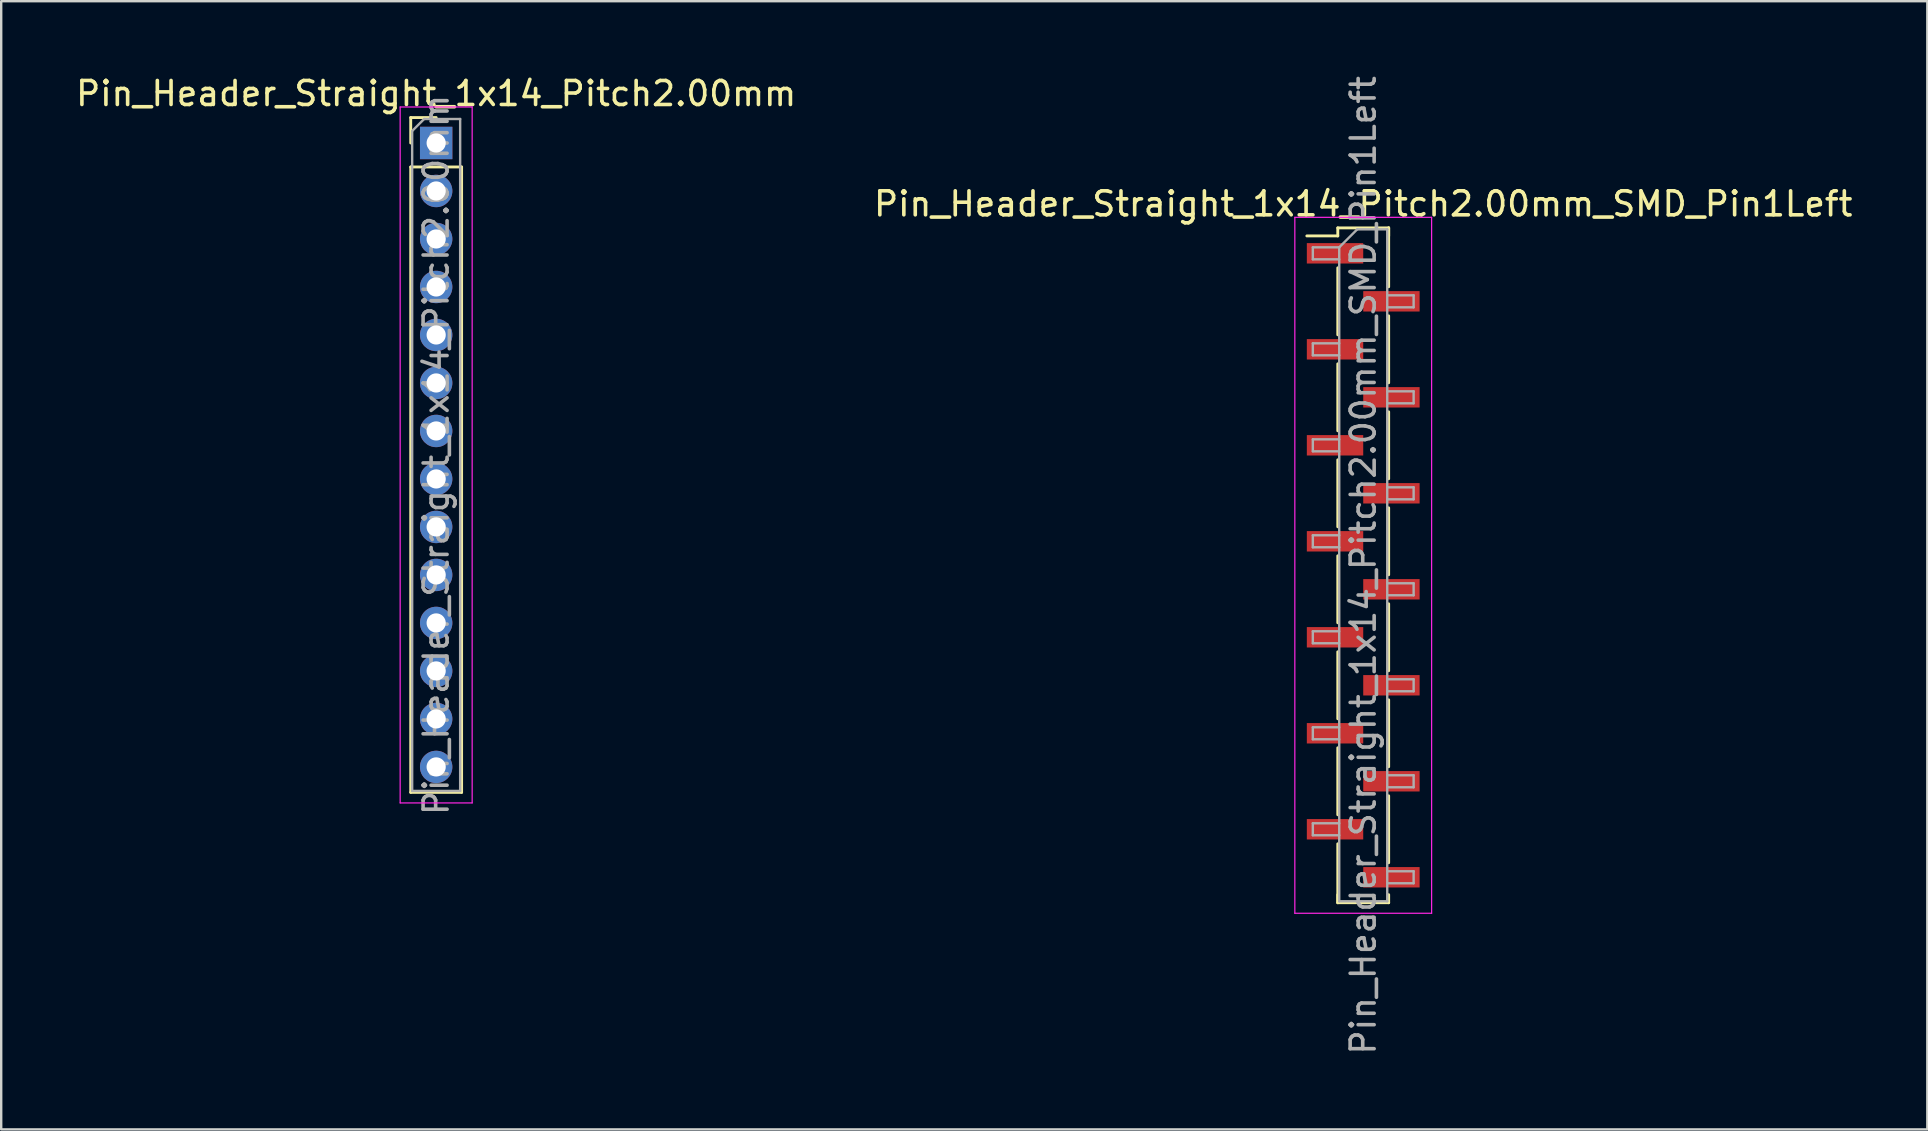
<source format=kicad_pcb>
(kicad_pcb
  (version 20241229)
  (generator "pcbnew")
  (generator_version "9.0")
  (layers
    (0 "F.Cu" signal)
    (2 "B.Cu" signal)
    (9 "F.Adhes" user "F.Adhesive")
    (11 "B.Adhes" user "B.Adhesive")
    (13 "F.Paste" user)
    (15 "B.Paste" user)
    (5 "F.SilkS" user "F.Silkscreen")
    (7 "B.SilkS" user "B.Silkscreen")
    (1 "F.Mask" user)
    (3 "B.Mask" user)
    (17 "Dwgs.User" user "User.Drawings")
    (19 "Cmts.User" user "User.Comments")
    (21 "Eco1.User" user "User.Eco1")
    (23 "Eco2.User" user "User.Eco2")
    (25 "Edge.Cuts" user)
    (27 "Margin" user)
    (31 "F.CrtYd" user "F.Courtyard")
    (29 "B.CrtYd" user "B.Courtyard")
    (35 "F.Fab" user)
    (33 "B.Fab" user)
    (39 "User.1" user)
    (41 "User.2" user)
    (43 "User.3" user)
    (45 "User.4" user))
  (footprint "Pin_Header_Straight_1x14_Pitch2.00mm_SMD_Pin1Left"
    (layer "F.Cu")
    (at 53.756 20.506)
    (property "Reference" "Pin_Header_Straight_1x14_Pitch2.00mm_SMD_Pin1Left" (at 0 -15.06 0) (layer "F.SilkS") (effects (font (size 1 1) (thickness 0.15))))
    (attr smd)
    (fp_line (start -1.06 -14.06) (end 1.06 -14.06) (stroke (width 0.12) (type solid)) (layer "F.SilkS"))
    (fp_line (start -1.06 -13.725) (end -2.35 -13.725) (stroke (width 0.12) (type solid)) (layer "F.SilkS"))
    (fp_line (start -1.06 -13.725) (end -1.06 -14.06) (stroke (width 0.12) (type solid)) (layer "F.SilkS"))
    (fp_line (start -1.06 -12.395) (end -1.06 -9.605) (stroke (width 0.12) (type solid)) (layer "F.SilkS"))
    (fp_line (start -1.06 -8.395) (end -1.06 -5.605) (stroke (width 0.12) (type solid)) (layer "F.SilkS"))
    (fp_line (start -1.06 -4.395) (end -1.06 -1.605) (stroke (width 0.12) (type solid)) (layer "F.SilkS"))
    (fp_line (start -1.06 -0.395) (end -1.06 2.395) (stroke (width 0.12) (type solid)) (layer "F.SilkS"))
    (fp_line (start -1.06 3.605) (end -1.06 6.395) (stroke (width 0.12) (type solid)) (layer "F.SilkS"))
    (fp_line (start -1.06 7.605) (end -1.06 10.395) (stroke (width 0.12) (type solid)) (layer "F.SilkS"))
    (fp_line (start -1.06 11.605) (end -1.06 14.06) (stroke (width 0.12) (type solid)) (layer "F.SilkS"))
    (fp_line (start -1.06 13.725) (end -1.06 14.06) (stroke (width 0.12) (type solid)) (layer "F.SilkS"))
    (fp_line (start -1.06 14.06) (end 1.06 14.06) (stroke (width 0.12) (type solid)) (layer "F.SilkS"))
    (fp_line (start 1.06 -14.06) (end 1.06 -13.725) (stroke (width 0.12) (type solid)) (layer "F.SilkS"))
    (fp_line (start 1.06 -14.06) (end 1.06 -11.605) (stroke (width 0.12) (type solid)) (layer "F.SilkS"))
    (fp_line (start 1.06 -10.395) (end 1.06 -7.605) (stroke (width 0.12) (type solid)) (layer "F.SilkS"))
    (fp_line (start 1.06 -6.395) (end 1.06 -3.605) (stroke (width 0.12) (type solid)) (layer "F.SilkS"))
    (fp_line (start 1.06 -2.395) (end 1.06 0.395) (stroke (width 0.12) (type solid)) (layer "F.SilkS"))
    (fp_line (start 1.06 1.605) (end 1.06 4.395) (stroke (width 0.12) (type solid)) (layer "F.SilkS"))
    (fp_line (start 1.06 5.605) (end 1.06 8.395) (stroke (width 0.12) (type solid)) (layer "F.SilkS"))
    (fp_line (start 1.06 9.605) (end 1.06 12.395) (stroke (width 0.12) (type solid)) (layer "F.SilkS"))
    (fp_line (start 1.06 14.06) (end 1.06 13.725) (stroke (width 0.12) (type solid)) (layer "F.SilkS"))
    (fp_line (start -2.85 -14.5) (end -2.85 14.5) (stroke (width 0.05) (type solid)) (layer "F.CrtYd"))
    (fp_line (start -2.85 14.5) (end 2.85 14.5) (stroke (width 0.05) (type solid)) (layer "F.CrtYd"))
    (fp_line (start 2.85 -14.5) (end -2.85 -14.5) (stroke (width 0.05) (type solid)) (layer "F.CrtYd"))
    (fp_line (start 2.85 14.5) (end 2.85 -14.5) (stroke (width 0.05) (type solid)) (layer "F.CrtYd"))
    (fp_line (start -2.1 -13.25) (end -2.1 -12.75) (stroke (width 0.1) (type solid)) (layer "F.Fab"))
    (fp_line (start -2.1 -12.75) (end -1 -12.75) (stroke (width 0.1) (type solid)) (layer "F.Fab"))
    (fp_line (start -2.1 -9.25) (end -2.1 -8.75) (stroke (width 0.1) (type solid)) (layer "F.Fab"))
    (fp_line (start -2.1 -8.75) (end -1 -8.75) (stroke (width 0.1) (type solid)) (layer "F.Fab"))
    (fp_line (start -2.1 -5.25) (end -2.1 -4.75) (stroke (width 0.1) (type solid)) (layer "F.Fab"))
    (fp_line (start -2.1 -4.75) (end -1 -4.75) (stroke (width 0.1) (type solid)) (layer "F.Fab"))
    (fp_line (start -2.1 -1.25) (end -2.1 -0.75) (stroke (width 0.1) (type solid)) (layer "F.Fab"))
    (fp_line (start -2.1 -0.75) (end -1 -0.75) (stroke (width 0.1) (type solid)) (layer "F.Fab"))
    (fp_line (start -2.1 2.75) (end -2.1 3.25) (stroke (width 0.1) (type solid)) (layer "F.Fab"))
    (fp_line (start -2.1 3.25) (end -1 3.25) (stroke (width 0.1) (type solid)) (layer "F.Fab"))
    (fp_line (start -2.1 6.75) (end -2.1 7.25) (stroke (width 0.1) (type solid)) (layer "F.Fab"))
    (fp_line (start -2.1 7.25) (end -1 7.25) (stroke (width 0.1) (type solid)) (layer "F.Fab"))
    (fp_line (start -2.1 10.75) (end -2.1 11.25) (stroke (width 0.1) (type solid)) (layer "F.Fab"))
    (fp_line (start -2.1 11.25) (end -1 11.25) (stroke (width 0.1) (type solid)) (layer "F.Fab"))
    (fp_line (start -1 -13.25) (end -2.1 -13.25) (stroke (width 0.1) (type solid)) (layer "F.Fab"))
    (fp_line (start -1 -13.25) (end -0.25 -14) (stroke (width 0.1) (type solid)) (layer "F.Fab"))
    (fp_line (start -1 -9.25) (end -2.1 -9.25) (stroke (width 0.1) (type solid)) (layer "F.Fab"))
    (fp_line (start -1 -5.25) (end -2.1 -5.25) (stroke (width 0.1) (type solid)) (layer "F.Fab"))
    (fp_line (start -1 -1.25) (end -2.1 -1.25) (stroke (width 0.1) (type solid)) (layer "F.Fab"))
    (fp_line (start -1 2.75) (end -2.1 2.75) (stroke (width 0.1) (type solid)) (layer "F.Fab"))
    (fp_line (start -1 6.75) (end -2.1 6.75) (stroke (width 0.1) (type solid)) (layer "F.Fab"))
    (fp_line (start -1 10.75) (end -2.1 10.75) (stroke (width 0.1) (type solid)) (layer "F.Fab"))
    (fp_line (start -1 14) (end -1 -13.25) (stroke (width 0.1) (type solid)) (layer "F.Fab"))
    (fp_line (start -0.25 -14) (end 1 -14) (stroke (width 0.1) (type solid)) (layer "F.Fab"))
    (fp_line (start 1 -14) (end 1 14) (stroke (width 0.1) (type solid)) (layer "F.Fab"))
    (fp_line (start 1 -11.25) (end 2.1 -11.25) (stroke (width 0.1) (type solid)) (layer "F.Fab"))
    (fp_line (start 1 -7.25) (end 2.1 -7.25) (stroke (width 0.1) (type solid)) (layer "F.Fab"))
    (fp_line (start 1 -3.25) (end 2.1 -3.25) (stroke (width 0.1) (type solid)) (layer "F.Fab"))
    (fp_line (start 1 0.75) (end 2.1 0.75) (stroke (width 0.1) (type solid)) (layer "F.Fab"))
    (fp_line (start 1 4.75) (end 2.1 4.75) (stroke (width 0.1) (type solid)) (layer "F.Fab"))
    (fp_line (start 1 8.75) (end 2.1 8.75) (stroke (width 0.1) (type solid)) (layer "F.Fab"))
    (fp_line (start 1 12.75) (end 2.1 12.75) (stroke (width 0.1) (type solid)) (layer "F.Fab"))
    (fp_line (start 1 14) (end -1 14) (stroke (width 0.1) (type solid)) (layer "F.Fab"))
    (fp_line (start 2.1 -11.25) (end 2.1 -10.75) (stroke (width 0.1) (type solid)) (layer "F.Fab"))
    (fp_line (start 2.1 -10.75) (end 1 -10.75) (stroke (width 0.1) (type solid)) (layer "F.Fab"))
    (fp_line (start 2.1 -7.25) (end 2.1 -6.75) (stroke (width 0.1) (type solid)) (layer "F.Fab"))
    (fp_line (start 2.1 -6.75) (end 1 -6.75) (stroke (width 0.1) (type solid)) (layer "F.Fab"))
    (fp_line (start 2.1 -3.25) (end 2.1 -2.75) (stroke (width 0.1) (type solid)) (layer "F.Fab"))
    (fp_line (start 2.1 -2.75) (end 1 -2.75) (stroke (width 0.1) (type solid)) (layer "F.Fab"))
    (fp_line (start 2.1 0.75) (end 2.1 1.25) (stroke (width 0.1) (type solid)) (layer "F.Fab"))
    (fp_line (start 2.1 1.25) (end 1 1.25) (stroke (width 0.1) (type solid)) (layer "F.Fab"))
    (fp_line (start 2.1 4.75) (end 2.1 5.25) (stroke (width 0.1) (type solid)) (layer "F.Fab"))
    (fp_line (start 2.1 5.25) (end 1 5.25) (stroke (width 0.1) (type solid)) (layer "F.Fab"))
    (fp_line (start 2.1 8.75) (end 2.1 9.25) (stroke (width 0.1) (type solid)) (layer "F.Fab"))
    (fp_line (start 2.1 9.25) (end 1 9.25) (stroke (width 0.1) (type solid)) (layer "F.Fab"))
    (fp_line (start 2.1 12.75) (end 2.1 13.25) (stroke (width 0.1) (type solid)) (layer "F.Fab"))
    (fp_line (start 2.1 13.25) (end 1 13.25) (stroke (width 0.1) (type solid)) (layer "F.Fab"))
    (fp_text user "${REFERENCE}" (at 0 0 90) (layer "F.Fab") (effects (font (size 1 1) (thickness 0.15))))
    (pad "1" smd rect (at -1.175 -13) (size 2.35 0.85) (layers "F.Cu" "F.Mask" "F.Paste"))
    (pad "2" smd rect (at 1.175 -11) (size 2.35 0.85) (layers "F.Cu" "F.Mask" "F.Paste"))
    (pad "3" smd rect (at -1.175 -9) (size 2.35 0.85) (layers "F.Cu" "F.Mask" "F.Paste"))
    (pad "4" smd rect (at 1.175 -7) (size 2.35 0.85) (layers "F.Cu" "F.Mask" "F.Paste"))
    (pad "5" smd rect (at -1.175 -5) (size 2.35 0.85) (layers "F.Cu" "F.Mask" "F.Paste"))
    (pad "6" smd rect (at 1.175 -3) (size 2.35 0.85) (layers "F.Cu" "F.Mask" "F.Paste"))
    (pad "7" smd rect (at -1.175 -1) (size 2.35 0.85) (layers "F.Cu" "F.Mask" "F.Paste"))
    (pad "8" smd rect (at 1.175 1) (size 2.35 0.85) (layers "F.Cu" "F.Mask" "F.Paste"))
    (pad "9" smd rect (at -1.175 3) (size 2.35 0.85) (layers "F.Cu" "F.Mask" "F.Paste"))
    (pad "10" smd rect (at 1.175 5) (size 2.35 0.85) (layers "F.Cu" "F.Mask" "F.Paste"))
    (pad "11" smd rect (at -1.175 7) (size 2.35 0.85) (layers "F.Cu" "F.Mask" "F.Paste"))
    (pad "12" smd rect (at 1.175 9) (size 2.35 0.85) (layers "F.Cu" "F.Mask" "F.Paste"))
    (pad "13" smd rect (at -1.175 11) (size 2.35 0.85) (layers "F.Cu" "F.Mask" "F.Paste"))
    (pad "14" smd rect (at 1.175 13) (size 2.35 0.85) (layers "F.Cu" "F.Mask" "F.Paste")))
  (footprint "Pin_Header_Straight_1x14_Pitch2.00mm"
    (layer "F.Cu")
    (at 15.125 2.908)
    (property "Reference" "Pin_Header_Straight_1x14_Pitch2.00mm" (at 0 -2.06 0) (layer "F.SilkS") (effects (font (size 1 1) (thickness 0.15))))
    (attr through_hole)
    (fp_line (start -1.06 -1.06) (end 0 -1.06) (stroke (width 0.12) (type solid)) (layer "F.SilkS"))
    (fp_line (start -1.06 0) (end -1.06 -1.06) (stroke (width 0.12) (type solid)) (layer "F.SilkS"))
    (fp_line (start -1.06 1) (end -1.06 27.06) (stroke (width 0.12) (type solid)) (layer "F.SilkS"))
    (fp_line (start -1.06 27.06) (end 1.06 27.06) (stroke (width 0.12) (type solid)) (layer "F.SilkS"))
    (fp_line (start 1.06 1) (end -1.06 1) (stroke (width 0.12) (type solid)) (layer "F.SilkS"))
    (fp_line (start 1.06 27.06) (end 1.06 1) (stroke (width 0.12) (type solid)) (layer "F.SilkS"))
    (fp_line (start -1.5 -1.5) (end -1.5 27.5) (stroke (width 0.05) (type solid)) (layer "F.CrtYd"))
    (fp_line (start -1.5 27.5) (end 1.5 27.5) (stroke (width 0.05) (type solid)) (layer "F.CrtYd"))
    (fp_line (start 1.5 -1.5) (end -1.5 -1.5) (stroke (width 0.05) (type solid)) (layer "F.CrtYd"))
    (fp_line (start 1.5 27.5) (end 1.5 -1.5) (stroke (width 0.05) (type solid)) (layer "F.CrtYd"))
    (fp_line (start -1 -0.5) (end -0.5 -1) (stroke (width 0.1) (type solid)) (layer "F.Fab"))
    (fp_line (start -1 27) (end -1 -0.5) (stroke (width 0.1) (type solid)) (layer "F.Fab"))
    (fp_line (start -0.5 -1) (end 1 -1) (stroke (width 0.1) (type solid)) (layer "F.Fab"))
    (fp_line (start 1 -1) (end 1 27) (stroke (width 0.1) (type solid)) (layer "F.Fab"))
    (fp_line (start 1 27) (end -1 27) (stroke (width 0.1) (type solid)) (layer "F.Fab"))
    (fp_text user "${REFERENCE}" (at 0 13 90) (layer "F.Fab") (effects (font (size 1 1) (thickness 0.15))))
    (pad "1" thru_hole rect (at 0 0) (size 1.35 1.35) (drill 0.8) (layers "*.Cu" "*.Mask"))
    (pad "2" thru_hole oval (at 0 2) (size 1.35 1.35) (drill 0.8) (layers "*.Cu" "*.Mask"))
    (pad "3" thru_hole oval (at 0 4) (size 1.35 1.35) (drill 0.8) (layers "*.Cu" "*.Mask"))
    (pad "4" thru_hole oval (at 0 6) (size 1.35 1.35) (drill 0.8) (layers "*.Cu" "*.Mask"))
    (pad "5" thru_hole oval (at 0 8) (size 1.35 1.35) (drill 0.8) (layers "*.Cu" "*.Mask"))
    (pad "6" thru_hole oval (at 0 10) (size 1.35 1.35) (drill 0.8) (layers "*.Cu" "*.Mask"))
    (pad "7" thru_hole oval (at 0 12) (size 1.35 1.35) (drill 0.8) (layers "*.Cu" "*.Mask"))
    (pad "8" thru_hole oval (at 0 14) (size 1.35 1.35) (drill 0.8) (layers "*.Cu" "*.Mask"))
    (pad "9" thru_hole oval (at 0 16) (size 1.35 1.35) (drill 0.8) (layers "*.Cu" "*.Mask"))
    (pad "10" thru_hole oval (at 0 18) (size 1.35 1.35) (drill 0.8) (layers "*.Cu" "*.Mask"))
    (pad "11" thru_hole oval (at 0 20) (size 1.35 1.35) (drill 0.8) (layers "*.Cu" "*.Mask"))
    (pad "12" thru_hole oval (at 0 22) (size 1.35 1.35) (drill 0.8) (layers "*.Cu" "*.Mask"))
    (pad "13" thru_hole oval (at 0 24) (size 1.35 1.35) (drill 0.8) (layers "*.Cu" "*.Mask"))
    (pad "14" thru_hole oval (at 0 26) (size 1.35 1.35) (drill 0.8) (layers "*.Cu" "*.Mask")))
  (gr_rect
    (start -3 -3)
    (end 77.262 44.012)
    (stroke (width 0.1) (type default))
    (fill no)
    (layer "Edge.Cuts")))
</source>
